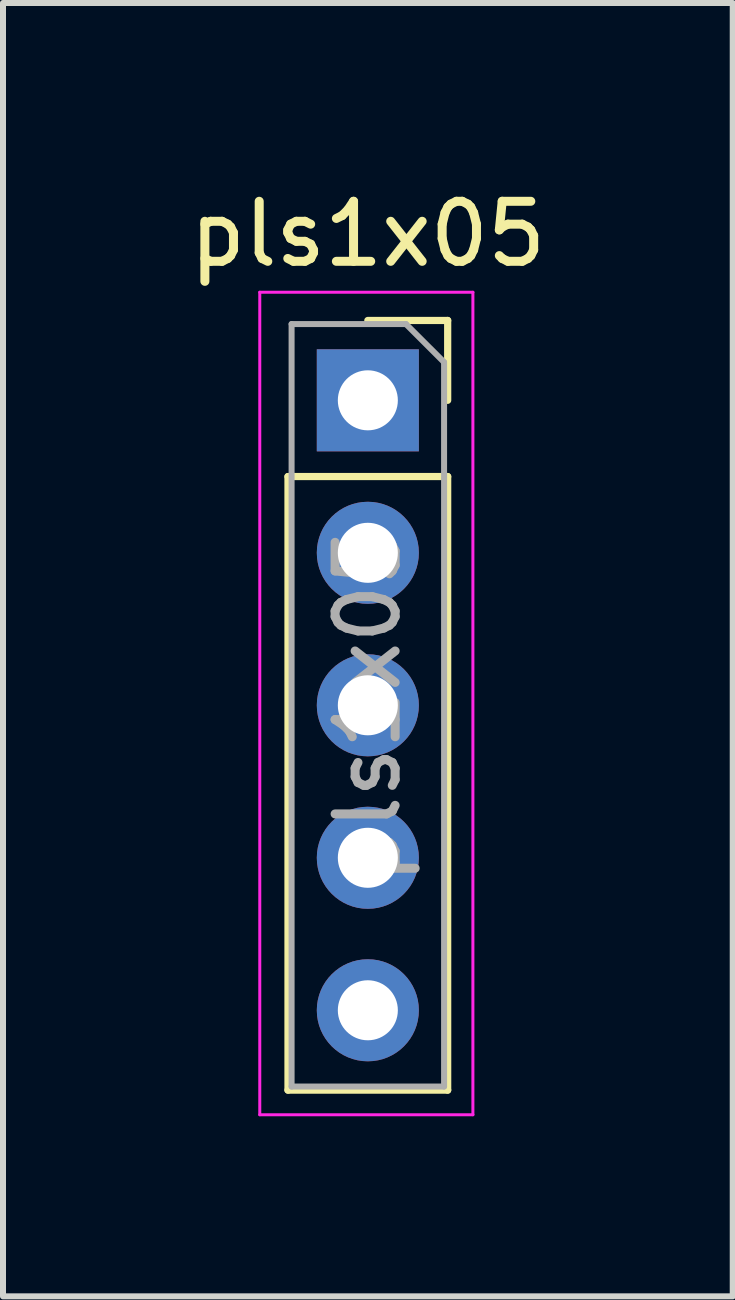
<source format=kicad_pcb>
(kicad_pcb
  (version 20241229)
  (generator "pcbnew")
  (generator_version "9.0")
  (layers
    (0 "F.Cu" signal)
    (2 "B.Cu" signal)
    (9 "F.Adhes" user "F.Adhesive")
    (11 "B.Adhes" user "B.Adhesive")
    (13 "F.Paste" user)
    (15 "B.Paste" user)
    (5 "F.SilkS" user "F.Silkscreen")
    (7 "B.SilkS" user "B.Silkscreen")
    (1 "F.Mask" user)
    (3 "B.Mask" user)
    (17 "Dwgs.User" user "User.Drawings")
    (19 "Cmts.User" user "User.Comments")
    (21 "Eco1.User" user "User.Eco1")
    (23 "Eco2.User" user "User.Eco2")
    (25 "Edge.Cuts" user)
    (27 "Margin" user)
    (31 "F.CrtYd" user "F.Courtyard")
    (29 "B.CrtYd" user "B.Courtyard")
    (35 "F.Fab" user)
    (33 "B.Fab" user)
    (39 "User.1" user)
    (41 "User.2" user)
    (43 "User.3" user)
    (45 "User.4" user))
  (footprint "pls1x05"
    (layer "F.Cu")
    (at 3.077 3.618)
    (property "Reference" "pls1x05" (at 0 -2.77 0) (layer "F.SilkS") (effects (font (size 1 1) (thickness 0.15))))
    (attr through_hole)
    (fp_line (start -1.33 1.27) (end -1.33 11.49) (stroke (width 0.12) (type solid)) (layer "F.SilkS"))
    (fp_line (start -1.33 1.27) (end 1.33 1.27) (stroke (width 0.12) (type solid)) (layer "F.SilkS"))
    (fp_line (start -1.33 11.49) (end 1.33 11.49) (stroke (width 0.12) (type solid)) (layer "F.SilkS"))
    (fp_line (start 0 -1.33) (end 1.33 -1.33) (stroke (width 0.12) (type solid)) (layer "F.SilkS"))
    (fp_line (start 1.33 -1.33) (end 1.33 0) (stroke (width 0.12) (type solid)) (layer "F.SilkS"))
    (fp_line (start 1.33 1.27) (end 1.33 11.49) (stroke (width 0.12) (type solid)) (layer "F.SilkS"))
    (fp_line (start -1.8 -1.8) (end 1.75 -1.8) (stroke (width 0.05) (type solid)) (layer "F.CrtYd"))
    (fp_line (start -1.8 11.9) (end -1.8 -1.8) (stroke (width 0.05) (type solid)) (layer "F.CrtYd"))
    (fp_line (start 1.75 -1.8) (end 1.75 11.9) (stroke (width 0.05) (type solid)) (layer "F.CrtYd"))
    (fp_line (start 1.75 11.9) (end -1.8 11.9) (stroke (width 0.05) (type solid)) (layer "F.CrtYd"))
    (fp_line (start -1.27 -1.27) (end 0.635 -1.27) (stroke (width 0.1) (type solid)) (layer "F.Fab"))
    (fp_line (start -1.27 11.43) (end -1.27 -1.27) (stroke (width 0.1) (type solid)) (layer "F.Fab"))
    (fp_line (start 0.635 -1.27) (end 1.27 -0.635) (stroke (width 0.1) (type solid)) (layer "F.Fab"))
    (fp_line (start 1.27 -0.635) (end 1.27 11.43) (stroke (width 0.1) (type solid)) (layer "F.Fab"))
    (fp_line (start 1.27 11.43) (end -1.27 11.43) (stroke (width 0.1) (type solid)) (layer "F.Fab"))
    (fp_text user "${REFERENCE}" (at 0 5.08 90) (layer "F.Fab") (effects (font (size 1 1) (thickness 0.15))))
    (pad "1" thru_hole rect (at 0 0) (size 1.7 1.7) (drill 1) (layers "*.Cu" "*.Mask"))
    (pad "2" thru_hole oval (at 0 2.54) (size 1.7 1.7) (drill 1) (layers "*.Cu" "*.Mask"))
    (pad "3" thru_hole oval (at 0 5.08) (size 1.7 1.7) (drill 1) (layers "*.Cu" "*.Mask"))
    (pad "4" thru_hole oval (at 0 7.62) (size 1.7 1.7) (drill 1) (layers "*.Cu" "*.Mask"))
    (pad "5" thru_hole oval (at 0 10.16) (size 1.7 1.7) (drill 1) (layers "*.Cu" "*.Mask")))
  (gr_rect
    (start -3 -3)
    (end 9.155 18.543)
    (stroke (width 0.1) (type default))
    (fill no)
    (layer "Edge.Cuts")))
</source>
